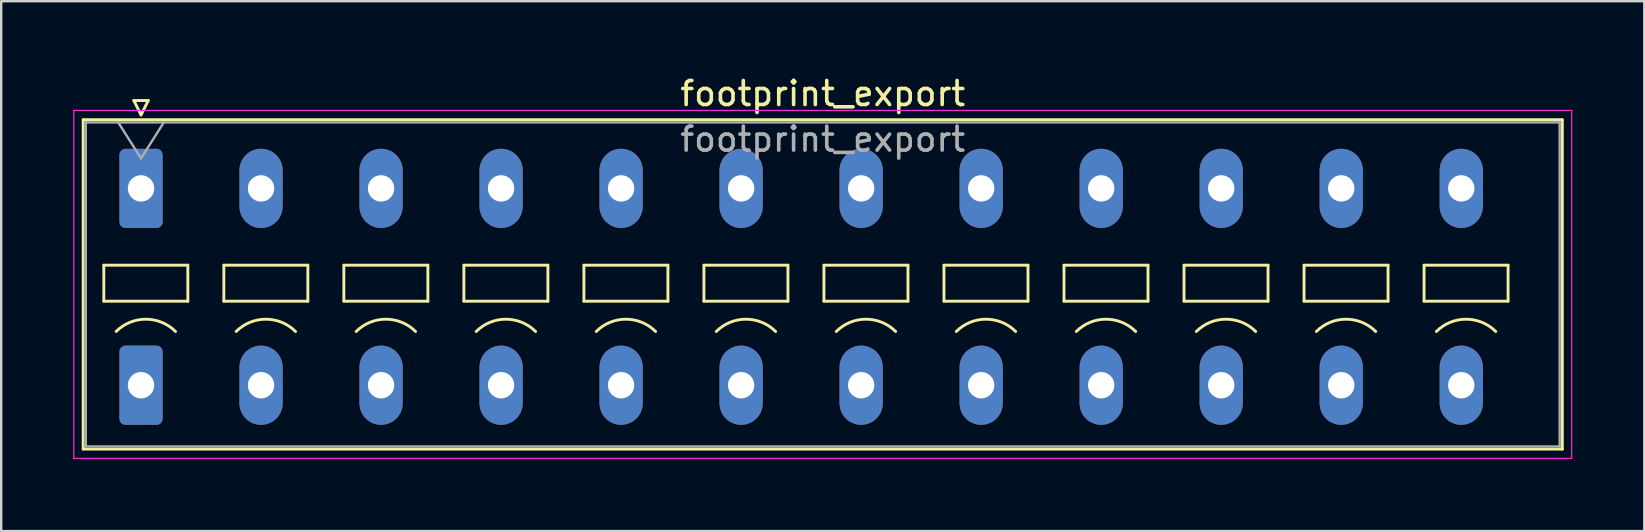
<source format=kicad_pcb>
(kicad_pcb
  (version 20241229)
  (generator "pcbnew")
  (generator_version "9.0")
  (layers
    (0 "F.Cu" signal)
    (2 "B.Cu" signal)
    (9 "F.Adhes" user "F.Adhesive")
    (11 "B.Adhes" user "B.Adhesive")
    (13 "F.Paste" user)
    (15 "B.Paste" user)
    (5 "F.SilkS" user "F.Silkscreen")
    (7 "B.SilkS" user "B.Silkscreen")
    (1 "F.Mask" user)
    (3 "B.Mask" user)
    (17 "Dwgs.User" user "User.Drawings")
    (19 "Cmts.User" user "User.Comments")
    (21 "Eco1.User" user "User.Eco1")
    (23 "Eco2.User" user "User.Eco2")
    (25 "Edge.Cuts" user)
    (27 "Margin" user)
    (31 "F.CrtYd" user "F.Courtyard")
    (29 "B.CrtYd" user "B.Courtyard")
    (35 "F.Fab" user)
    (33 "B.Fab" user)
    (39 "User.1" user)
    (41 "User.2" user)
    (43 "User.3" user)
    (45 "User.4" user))
  (footprint "footprint_export"
    (layer "F.Cu")
    (at 2.825 4.798)
    (property "Reference" "footprint_export" (at 28.4 -3.95 0) (layer "F.SilkS") (effects (font (size 1 1) (thickness 0.15))))
    (attr through_hole)
    (fp_line (start -2.41 -2.86) (end 59.21 -2.86) (stroke (width 0.12) (type solid)) (layer "F.SilkS"))
    (fp_line (start -2.41 10.86) (end -2.41 -2.86) (stroke (width 0.12) (type solid)) (layer "F.SilkS"))
    (fp_line (start -1.55 3.2) (end -1.55 4.7) (stroke (width 0.12) (type solid)) (layer "F.SilkS"))
    (fp_line (start -1.55 4.7) (end 1.95 4.7) (stroke (width 0.12) (type solid)) (layer "F.SilkS"))
    (fp_line (start -0.3 -3.66) (end 0 -3.06) (stroke (width 0.12) (type solid)) (layer "F.SilkS"))
    (fp_line (start -0.3 -3.66) (end 0.3 -3.66) (stroke (width 0.12) (type solid)) (layer "F.SilkS"))
    (fp_line (start 0.3 -3.66) (end 0 -3.06) (stroke (width 0.12) (type solid)) (layer "F.SilkS"))
    (fp_line (start 1.95 3.2) (end -1.55 3.2) (stroke (width 0.12) (type solid)) (layer "F.SilkS"))
    (fp_line (start 1.95 4.7) (end 1.95 3.2) (stroke (width 0.12) (type solid)) (layer "F.SilkS"))
    (fp_line (start 3.45 3.2) (end 3.45 4.7) (stroke (width 0.12) (type solid)) (layer "F.SilkS"))
    (fp_line (start 3.45 4.7) (end 6.95 4.7) (stroke (width 0.12) (type solid)) (layer "F.SilkS"))
    (fp_line (start 6.95 3.2) (end 3.45 3.2) (stroke (width 0.12) (type solid)) (layer "F.SilkS"))
    (fp_line (start 6.95 4.7) (end 6.95 3.2) (stroke (width 0.12) (type solid)) (layer "F.SilkS"))
    (fp_line (start 8.45 3.2) (end 8.45 4.7) (stroke (width 0.12) (type solid)) (layer "F.SilkS"))
    (fp_line (start 8.45 4.7) (end 11.95 4.7) (stroke (width 0.12) (type solid)) (layer "F.SilkS"))
    (fp_line (start 11.95 3.2) (end 8.45 3.2) (stroke (width 0.12) (type solid)) (layer "F.SilkS"))
    (fp_line (start 11.95 4.7) (end 11.95 3.2) (stroke (width 0.12) (type solid)) (layer "F.SilkS"))
    (fp_line (start 13.45 3.2) (end 13.45 4.7) (stroke (width 0.12) (type solid)) (layer "F.SilkS"))
    (fp_line (start 13.45 4.7) (end 16.95 4.7) (stroke (width 0.12) (type solid)) (layer "F.SilkS"))
    (fp_line (start 16.95 3.2) (end 13.45 3.2) (stroke (width 0.12) (type solid)) (layer "F.SilkS"))
    (fp_line (start 16.95 4.7) (end 16.95 3.2) (stroke (width 0.12) (type solid)) (layer "F.SilkS"))
    (fp_line (start 18.45 3.2) (end 18.45 4.7) (stroke (width 0.12) (type solid)) (layer "F.SilkS"))
    (fp_line (start 18.45 4.7) (end 21.95 4.7) (stroke (width 0.12) (type solid)) (layer "F.SilkS"))
    (fp_line (start 21.95 3.2) (end 18.45 3.2) (stroke (width 0.12) (type solid)) (layer "F.SilkS"))
    (fp_line (start 21.95 4.7) (end 21.95 3.2) (stroke (width 0.12) (type solid)) (layer "F.SilkS"))
    (fp_line (start 23.45 3.2) (end 23.45 4.7) (stroke (width 0.12) (type solid)) (layer "F.SilkS"))
    (fp_line (start 23.45 4.7) (end 26.95 4.7) (stroke (width 0.12) (type solid)) (layer "F.SilkS"))
    (fp_line (start 26.95 3.2) (end 23.45 3.2) (stroke (width 0.12) (type solid)) (layer "F.SilkS"))
    (fp_line (start 26.95 4.7) (end 26.95 3.2) (stroke (width 0.12) (type solid)) (layer "F.SilkS"))
    (fp_line (start 28.45 3.2) (end 28.45 4.7) (stroke (width 0.12) (type solid)) (layer "F.SilkS"))
    (fp_line (start 28.45 4.7) (end 31.95 4.7) (stroke (width 0.12) (type solid)) (layer "F.SilkS"))
    (fp_line (start 31.95 3.2) (end 28.45 3.2) (stroke (width 0.12) (type solid)) (layer "F.SilkS"))
    (fp_line (start 31.95 4.7) (end 31.95 3.2) (stroke (width 0.12) (type solid)) (layer "F.SilkS"))
    (fp_line (start 33.45 3.2) (end 33.45 4.7) (stroke (width 0.12) (type solid)) (layer "F.SilkS"))
    (fp_line (start 33.45 4.7) (end 36.95 4.7) (stroke (width 0.12) (type solid)) (layer "F.SilkS"))
    (fp_line (start 36.95 3.2) (end 33.45 3.2) (stroke (width 0.12) (type solid)) (layer "F.SilkS"))
    (fp_line (start 36.95 4.7) (end 36.95 3.2) (stroke (width 0.12) (type solid)) (layer "F.SilkS"))
    (fp_line (start 38.45 3.2) (end 38.45 4.7) (stroke (width 0.12) (type solid)) (layer "F.SilkS"))
    (fp_line (start 38.45 4.7) (end 41.95 4.7) (stroke (width 0.12) (type solid)) (layer "F.SilkS"))
    (fp_line (start 41.95 3.2) (end 38.45 3.2) (stroke (width 0.12) (type solid)) (layer "F.SilkS"))
    (fp_line (start 41.95 4.7) (end 41.95 3.2) (stroke (width 0.12) (type solid)) (layer "F.SilkS"))
    (fp_line (start 43.45 3.2) (end 43.45 4.7) (stroke (width 0.12) (type solid)) (layer "F.SilkS"))
    (fp_line (start 43.45 4.7) (end 46.95 4.7) (stroke (width 0.12) (type solid)) (layer "F.SilkS"))
    (fp_line (start 46.95 3.2) (end 43.45 3.2) (stroke (width 0.12) (type solid)) (layer "F.SilkS"))
    (fp_line (start 46.95 4.7) (end 46.95 3.2) (stroke (width 0.12) (type solid)) (layer "F.SilkS"))
    (fp_line (start 48.45 3.2) (end 48.45 4.7) (stroke (width 0.12) (type solid)) (layer "F.SilkS"))
    (fp_line (start 48.45 4.7) (end 51.95 4.7) (stroke (width 0.12) (type solid)) (layer "F.SilkS"))
    (fp_line (start 51.95 3.2) (end 48.45 3.2) (stroke (width 0.12) (type solid)) (layer "F.SilkS"))
    (fp_line (start 51.95 4.7) (end 51.95 3.2) (stroke (width 0.12) (type solid)) (layer "F.SilkS"))
    (fp_line (start 53.45 3.2) (end 53.45 4.7) (stroke (width 0.12) (type solid)) (layer "F.SilkS"))
    (fp_line (start 53.45 4.7) (end 56.95 4.7) (stroke (width 0.12) (type solid)) (layer "F.SilkS"))
    (fp_line (start 56.95 3.2) (end 53.45 3.2) (stroke (width 0.12) (type solid)) (layer "F.SilkS"))
    (fp_line (start 56.95 4.7) (end 56.95 3.2) (stroke (width 0.12) (type solid)) (layer "F.SilkS"))
    (fp_line (start 59.21 -2.86) (end 59.21 10.86) (stroke (width 0.12) (type solid)) (layer "F.SilkS"))
    (fp_line (start 59.21 10.86) (end -2.41 10.86) (stroke (width 0.12) (type solid)) (layer "F.SilkS"))
    (fp_arc (start -1.037437 5.962563) (mid 0.2 5.45) (end 1.437437 5.962563) (stroke (width 0.12) (type solid)) (layer "F.SilkS"))
    (fp_arc (start 3.962563 5.962563) (mid 5.2 5.45) (end 6.437437 5.962563) (stroke (width 0.12) (type solid)) (layer "F.SilkS"))
    (fp_arc (start 8.962563 5.962563) (mid 10.2 5.45) (end 11.437437 5.962563) (stroke (width 0.12) (type solid)) (layer "F.SilkS"))
    (fp_arc (start 13.962563 5.962563) (mid 15.2 5.45) (end 16.437437 5.962563) (stroke (width 0.12) (type solid)) (layer "F.SilkS"))
    (fp_arc (start 18.962563 5.962563) (mid 20.2 5.45) (end 21.437437 5.962563) (stroke (width 0.12) (type solid)) (layer "F.SilkS"))
    (fp_arc (start 23.962563 5.962563) (mid 25.2 5.45) (end 26.437437 5.962563) (stroke (width 0.12) (type solid)) (layer "F.SilkS"))
    (fp_arc (start 28.962563 5.962563) (mid 30.2 5.45) (end 31.437437 5.962563) (stroke (width 0.12) (type solid)) (layer "F.SilkS"))
    (fp_arc (start 33.962563 5.962563) (mid 35.2 5.45) (end 36.437437 5.962563) (stroke (width 0.12) (type solid)) (layer "F.SilkS"))
    (fp_arc (start 38.962563 5.962563) (mid 40.2 5.45) (end 41.437437 5.962563) (stroke (width 0.12) (type solid)) (layer "F.SilkS"))
    (fp_arc (start 43.962563 5.962563) (mid 45.2 5.45) (end 46.437437 5.962563) (stroke (width 0.12) (type solid)) (layer "F.SilkS"))
    (fp_arc (start 48.962563 5.962563) (mid 50.2 5.45) (end 51.437437 5.962563) (stroke (width 0.12) (type solid)) (layer "F.SilkS"))
    (fp_arc (start 53.962563 5.962563) (mid 55.2 5.45) (end 56.437437 5.962563) (stroke (width 0.12) (type solid)) (layer "F.SilkS"))
    (fp_line (start -2.8 -3.25) (end -2.8 11.25) (stroke (width 0.05) (type solid)) (layer "F.CrtYd"))
    (fp_line (start -2.8 11.25) (end 59.6 11.25) (stroke (width 0.05) (type solid)) (layer "F.CrtYd"))
    (fp_line (start 59.6 -3.25) (end -2.8 -3.25) (stroke (width 0.05) (type solid)) (layer "F.CrtYd"))
    (fp_line (start 59.6 11.25) (end 59.6 -3.25) (stroke (width 0.05) (type solid)) (layer "F.CrtYd"))
    (fp_line (start -2.3 -2.75) (end -2.3 10.75) (stroke (width 0.1) (type solid)) (layer "F.Fab"))
    (fp_line (start -2.3 10.75) (end 59.1 10.75) (stroke (width 0.1) (type solid)) (layer "F.Fab"))
    (fp_line (start -0.95 -2.75) (end 0 -1.25) (stroke (width 0.1) (type solid)) (layer "F.Fab"))
    (fp_line (start 0.95 -2.75) (end 0 -1.25) (stroke (width 0.1) (type solid)) (layer "F.Fab"))
    (fp_line (start 59.1 -2.75) (end -2.3 -2.75) (stroke (width 0.1) (type solid)) (layer "F.Fab"))
    (fp_line (start 59.1 10.75) (end 59.1 -2.75) (stroke (width 0.1) (type solid)) (layer "F.Fab"))
    (fp_text user "${REFERENCE}" (at 28.4 -2.05 0) (layer "F.Fab") (effects (font (size 1 1) (thickness 0.15))))
    (pad "1" thru_hole roundrect (at 0 0) (size 1.8 3.3) (drill 1.1) (layers "*.Cu" "*.Mask") (roundrect_rratio 0.139))
    (pad "1" thru_hole roundrect (at 0 8.2) (size 1.8 3.3) (drill 1.1) (layers "*.Cu" "*.Mask") (roundrect_rratio 0.139))
    (pad "2" thru_hole oval (at 5 0) (size 1.8 3.3) (drill 1.1) (layers "*.Cu" "*.Mask"))
    (pad "2" thru_hole oval (at 5 8.2) (size 1.8 3.3) (drill 1.1) (layers "*.Cu" "*.Mask"))
    (pad "3" thru_hole oval (at 10 0) (size 1.8 3.3) (drill 1.1) (layers "*.Cu" "*.Mask"))
    (pad "3" thru_hole oval (at 10 8.2) (size 1.8 3.3) (drill 1.1) (layers "*.Cu" "*.Mask"))
    (pad "4" thru_hole oval (at 15 0) (size 1.8 3.3) (drill 1.1) (layers "*.Cu" "*.Mask"))
    (pad "4" thru_hole oval (at 15 8.2) (size 1.8 3.3) (drill 1.1) (layers "*.Cu" "*.Mask"))
    (pad "5" thru_hole oval (at 20 0) (size 1.8 3.3) (drill 1.1) (layers "*.Cu" "*.Mask"))
    (pad "5" thru_hole oval (at 20 8.2) (size 1.8 3.3) (drill 1.1) (layers "*.Cu" "*.Mask"))
    (pad "6" thru_hole oval (at 25 0) (size 1.8 3.3) (drill 1.1) (layers "*.Cu" "*.Mask"))
    (pad "6" thru_hole oval (at 25 8.2) (size 1.8 3.3) (drill 1.1) (layers "*.Cu" "*.Mask"))
    (pad "7" thru_hole oval (at 30 0) (size 1.8 3.3) (drill 1.1) (layers "*.Cu" "*.Mask"))
    (pad "7" thru_hole oval (at 30 8.2) (size 1.8 3.3) (drill 1.1) (layers "*.Cu" "*.Mask"))
    (pad "8" thru_hole oval (at 35 0) (size 1.8 3.3) (drill 1.1) (layers "*.Cu" "*.Mask"))
    (pad "8" thru_hole oval (at 35 8.2) (size 1.8 3.3) (drill 1.1) (layers "*.Cu" "*.Mask"))
    (pad "9" thru_hole oval (at 40 0) (size 1.8 3.3) (drill 1.1) (layers "*.Cu" "*.Mask"))
    (pad "9" thru_hole oval (at 40 8.2) (size 1.8 3.3) (drill 1.1) (layers "*.Cu" "*.Mask"))
    (pad "10" thru_hole oval (at 45 0) (size 1.8 3.3) (drill 1.1) (layers "*.Cu" "*.Mask"))
    (pad "10" thru_hole oval (at 45 8.2) (size 1.8 3.3) (drill 1.1) (layers "*.Cu" "*.Mask"))
    (pad "11" thru_hole oval (at 50 0) (size 1.8 3.3) (drill 1.1) (layers "*.Cu" "*.Mask"))
    (pad "11" thru_hole oval (at 50 8.2) (size 1.8 3.3) (drill 1.1) (layers "*.Cu" "*.Mask"))
    (pad "12" thru_hole oval (at 55 0) (size 1.8 3.3) (drill 1.1) (layers "*.Cu" "*.Mask"))
    (pad "12" thru_hole oval (at 55 8.2) (size 1.8 3.3) (drill 1.1) (layers "*.Cu" "*.Mask")))
  (gr_rect
    (start -3 -3)
    (end 65.45 19.073)
    (stroke (width 0.1) (type default))
    (fill no)
    (layer "Edge.Cuts")))
</source>
